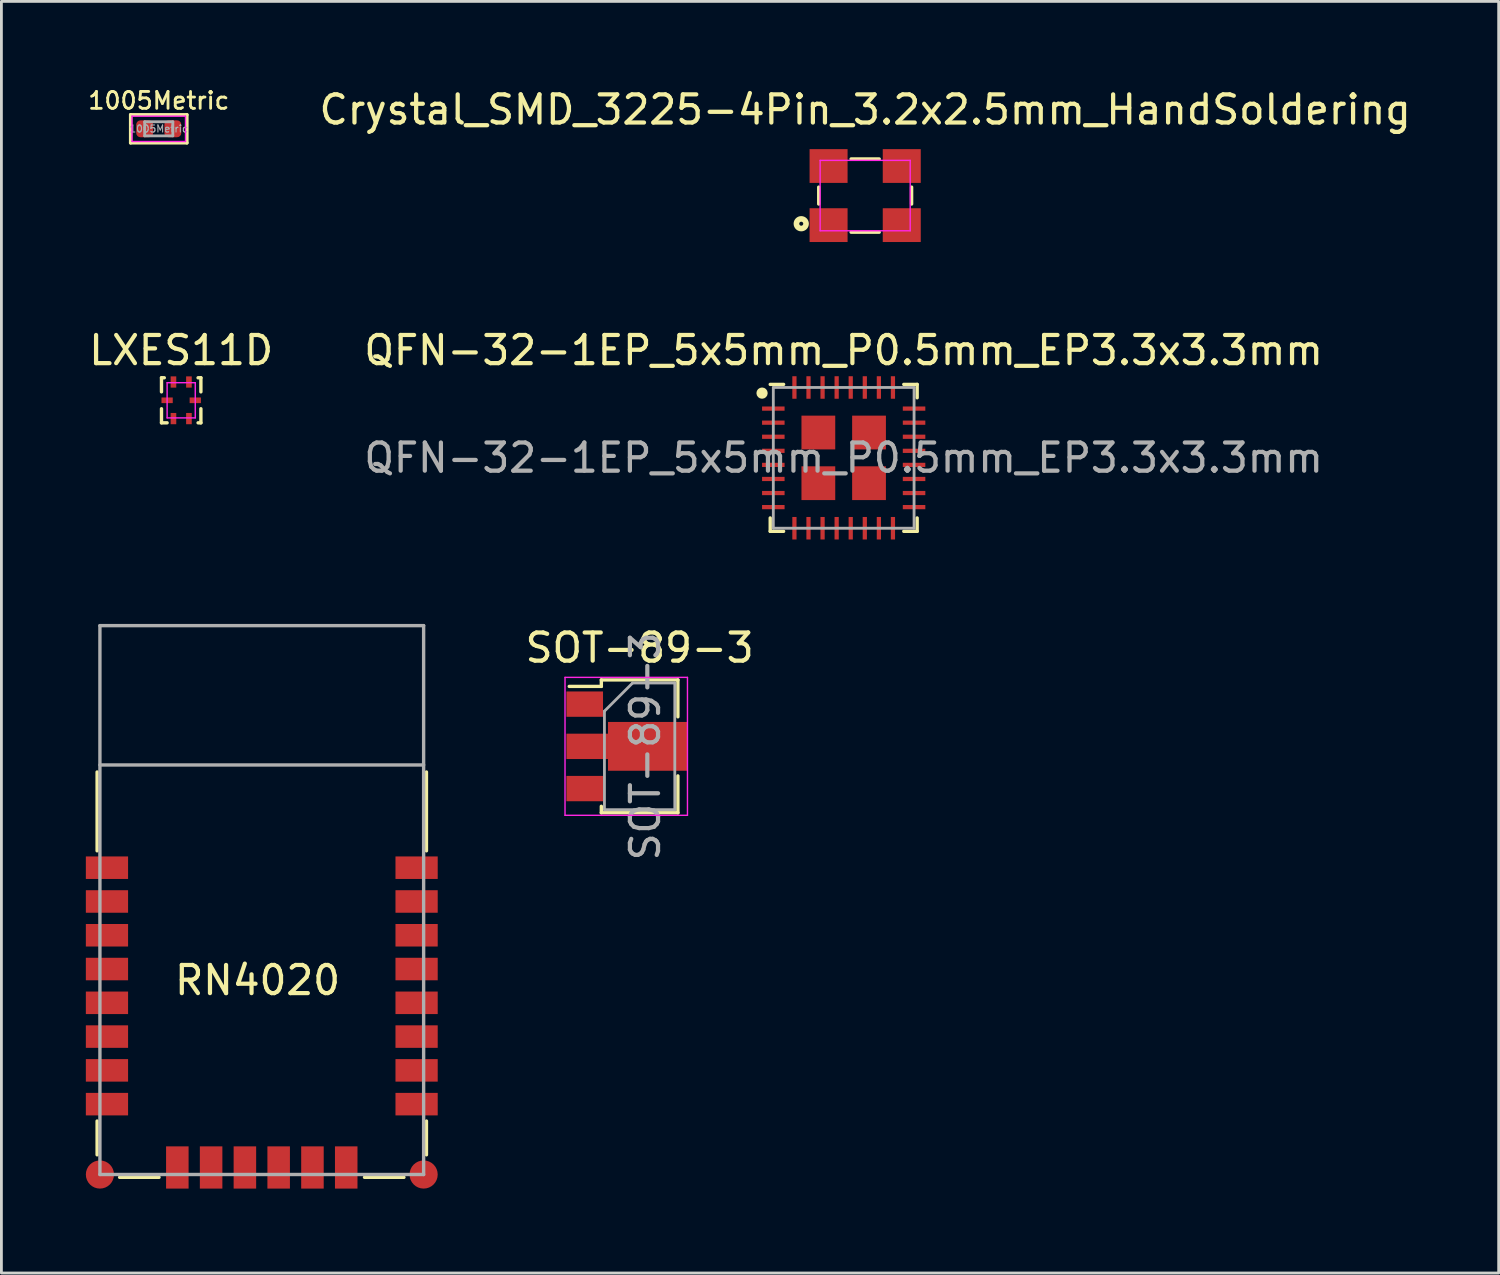
<source format=kicad_pcb>
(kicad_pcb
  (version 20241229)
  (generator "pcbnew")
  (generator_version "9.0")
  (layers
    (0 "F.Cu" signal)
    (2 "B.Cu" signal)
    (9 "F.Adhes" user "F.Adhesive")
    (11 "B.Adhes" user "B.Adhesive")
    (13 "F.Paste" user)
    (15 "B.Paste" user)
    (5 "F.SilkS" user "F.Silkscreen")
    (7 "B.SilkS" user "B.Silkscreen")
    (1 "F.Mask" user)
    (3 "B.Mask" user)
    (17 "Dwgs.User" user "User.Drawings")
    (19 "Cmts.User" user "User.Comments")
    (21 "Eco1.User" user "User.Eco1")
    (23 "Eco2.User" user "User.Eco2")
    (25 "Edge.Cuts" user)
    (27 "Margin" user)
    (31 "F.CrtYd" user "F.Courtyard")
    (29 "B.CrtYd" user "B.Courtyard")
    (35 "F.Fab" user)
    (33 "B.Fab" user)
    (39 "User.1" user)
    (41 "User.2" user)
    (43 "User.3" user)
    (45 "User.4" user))
  (footprint "Crystal_SMD_3225-4Pin_3.2x2.5mm_HandSoldering"
    (layer "F.Cu")
    (at 27.686 3.898)
    (property "Reference" "Crystal_SMD_3225-4Pin_3.2x2.5mm_HandSoldering" (at 0 -3.05 0) (layer "F.SilkS") (effects (font (size 1 1) (thickness 0.15))))
    (attr smd)
    (fp_line (start -1.65 -0.3) (end -1.65 0.3) (stroke (width 0.12) (type solid)) (layer "F.SilkS"))
    (fp_line (start -0.5 1.3) (end 0.5 1.3) (stroke (width 0.12) (type solid)) (layer "F.SilkS"))
    (fp_line (start 0.5 -1.3) (end -0.5 -1.3) (stroke (width 0.12) (type solid)) (layer "F.SilkS"))
    (fp_line (start 1.65 0.3) (end 1.65 -0.3) (stroke (width 0.12) (type solid)) (layer "F.SilkS"))
    (fp_circle (center -2.271 1) (end -2.2 1) (stroke (width 0.2) (type solid)) (fill no) (layer "F.SilkS"))
    (fp_line (start -1.6 -1.25) (end -1.6 1.25) (stroke (width 0.05) (type solid)) (layer "F.CrtYd"))
    (fp_line (start -1.6 1.25) (end 1.6 1.25) (stroke (width 0.05) (type solid)) (layer "F.CrtYd"))
    (fp_line (start 1.6 -1.25) (end -1.6 -1.25) (stroke (width 0.05) (type solid)) (layer "F.CrtYd"))
    (fp_line (start 1.6 1.25) (end 1.6 -1.25) (stroke (width 0.05) (type solid)) (layer "F.CrtYd"))
    (pad "1" smd rect (at -1.3 1.05) (size 1.35 1.2) (layers "F.Cu" "F.Mask" "F.Paste"))
    (pad "2" smd rect (at 1.3 1.05) (size 1.35 1.2) (layers "F.Cu" "F.Mask" "F.Paste"))
    (pad "3" smd rect (at 1.3 -1.05) (size 1.35 1.2) (layers "F.Cu" "F.Mask" "F.Paste"))
    (pad "4" smd rect (at -1.3 -1.05) (size 1.35 1.2) (layers "F.Cu" "F.Mask" "F.Paste")))
  (footprint "RN4020"
    (layer "F.Cu")
    (at 0.5 38.676)
    (property "Reference" "RN4020" (at 5.6 -6.9 0) (layer "F.SilkS") (effects (font (size 1 1) (thickness 0.15))))
    (attr through_hole)
    (fp_line (start -0.1 -11.5) (end -0.1 -14.3) (stroke (width 0.12) (type solid)) (layer "F.SilkS"))
    (fp_line (start -0.1 -1.9) (end -0.1 -0.7) (stroke (width 0.12) (type solid)) (layer "F.SilkS"))
    (fp_line (start 0.7 0.1) (end 2.1 0.1) (stroke (width 0.12) (type solid)) (layer "F.SilkS"))
    (fp_line (start 10.8 0.1) (end 9.4 0.1) (stroke (width 0.12) (type solid)) (layer "F.SilkS"))
    (fp_line (start 11.6 -14.3) (end 11.6 -11.5) (stroke (width 0.12) (type solid)) (layer "F.SilkS"))
    (fp_line (start 11.6 -1.9) (end 11.6 -0.7) (stroke (width 0.12) (type solid)) (layer "F.SilkS"))
    (fp_line (start 0 -19.5) (end 11.5 -19.5) (stroke (width 0.12) (type solid)) (layer "F.Fab"))
    (fp_line (start 0 -14.55) (end 11.5 -14.55) (stroke (width 0.12) (type solid)) (layer "F.Fab"))
    (fp_line (start 0 0) (end 0 -19.5) (stroke (width 0.12) (type solid)) (layer "F.Fab"))
    (fp_line (start 11.5 -19.5) (end 11.5 0) (stroke (width 0.12) (type solid)) (layer "F.Fab"))
    (fp_line (start 11.5 0) (end 0 0) (stroke (width 0.12) (type solid)) (layer "F.Fab"))
    (pad "1" smd rect (at 0.25 -10.9) (size 1.5 0.8) (layers "F.Cu" "F.Mask" "F.Paste"))
    (pad "2" smd rect (at 0.25 -9.7) (size 1.5 0.8) (layers "F.Cu" "F.Mask" "F.Paste"))
    (pad "3" smd rect (at 0.25 -8.5) (size 1.5 0.8) (layers "F.Cu" "F.Mask" "F.Paste"))
    (pad "4" smd rect (at 0.25 -7.3) (size 1.5 0.8) (layers "F.Cu" "F.Mask" "F.Paste"))
    (pad "5" smd rect (at 0.25 -6.1) (size 1.5 0.8) (layers "F.Cu" "F.Mask" "F.Paste"))
    (pad "6" smd rect (at 0.25 -4.9) (size 1.5 0.8) (layers "F.Cu" "F.Mask" "F.Paste"))
    (pad "7" smd rect (at 0.25 -3.7) (size 1.5 0.8) (layers "F.Cu" "F.Mask" "F.Paste"))
    (pad "8" smd rect (at 0.25 -2.5) (size 1.5 0.8) (layers "F.Cu" "F.Mask" "F.Paste"))
    (pad "9" smd circle (at 0 0) (size 1 1) (layers "F.Cu" "F.Mask" "F.Paste"))
    (pad "10" smd rect (at 2.75 -0.25) (size 0.8 1.5) (layers "F.Cu" "F.Mask" "F.Paste"))
    (pad "11" smd rect (at 3.95 -0.25) (size 0.8 1.5) (layers "F.Cu" "F.Mask" "F.Paste"))
    (pad "12" smd rect (at 5.15 -0.25) (size 0.8 1.5) (layers "F.Cu" "F.Mask" "F.Paste"))
    (pad "13" smd rect (at 6.35 -0.25) (size 0.8 1.5) (layers "F.Cu" "F.Mask" "F.Paste"))
    (pad "14" smd rect (at 7.55 -0.25) (size 0.8 1.5) (layers "F.Cu" "F.Mask" "F.Paste"))
    (pad "15" smd rect (at 8.75 -0.25) (size 0.8 1.5) (layers "F.Cu" "F.Mask" "F.Paste"))
    (pad "16" smd circle (at 11.5 0) (size 1 1) (layers "F.Cu" "F.Mask" "F.Paste"))
    (pad "17" smd rect (at 11.25 -2.5) (size 1.5 0.8) (layers "F.Cu" "F.Mask" "F.Paste"))
    (pad "18" smd rect (at 11.25 -3.7) (size 1.5 0.8) (layers "F.Cu" "F.Mask" "F.Paste"))
    (pad "19" smd rect (at 11.25 -4.9) (size 1.5 0.8) (layers "F.Cu" "F.Mask" "F.Paste"))
    (pad "20" smd rect (at 11.25 -6.1) (size 1.5 0.8) (layers "F.Cu" "F.Mask" "F.Paste"))
    (pad "21" smd rect (at 11.25 -7.3) (size 1.5 0.8) (layers "F.Cu" "F.Mask" "F.Paste"))
    (pad "22" smd rect (at 11.25 -8.5) (size 1.5 0.8) (layers "F.Cu" "F.Mask" "F.Paste"))
    (pad "23" smd rect (at 11.25 -9.7) (size 1.5 0.8) (layers "F.Cu" "F.Mask" "F.Paste"))
    (pad "24" smd rect (at 11.25 -10.9) (size 1.5 0.8) (layers "F.Cu" "F.Mask" "F.Paste")))
  (footprint "SOT-89-3"
    (layer "F.Cu")
    (at 19.373 23.465)
    (property "Reference" "SOT-89-3" (at 0.3 -3.5 0) (layer "F.SilkS") (effects (font (size 1 1) (thickness 0.15))))
    (attr smd)
    (fp_line (start -2.2 -2.13) (end -1.06 -2.13) (stroke (width 0.12) (type solid)) (layer "F.SilkS"))
    (fp_line (start -1.06 -2.36) (end -1.06 -2.13) (stroke (width 0.12) (type solid)) (layer "F.SilkS"))
    (fp_line (start -1.06 -2.36) (end 1.66 -2.36) (stroke (width 0.12) (type solid)) (layer "F.SilkS"))
    (fp_line (start -1.06 2.36) (end -1.06 2.13) (stroke (width 0.12) (type solid)) (layer "F.SilkS"))
    (fp_line (start 1.66 -2.36) (end 1.66 -1.05) (stroke (width 0.12) (type solid)) (layer "F.SilkS"))
    (fp_line (start 1.66 1.05) (end 1.66 2.36) (stroke (width 0.12) (type solid)) (layer "F.SilkS"))
    (fp_line (start 1.66 2.36) (end -1.06 2.36) (stroke (width 0.12) (type solid)) (layer "F.SilkS"))
    (fp_line (start -2.35 2.45) (end -2.35 -2.45) (stroke (width 0.05) (type solid)) (layer "F.CrtYd"))
    (fp_line (start -2.35 2.45) (end 2 2.45) (stroke (width 0.05) (type solid)) (layer "F.CrtYd"))
    (fp_line (start 2 -2.45) (end -2.35 -2.45) (stroke (width 0.05) (type solid)) (layer "F.CrtYd"))
    (fp_line (start 2 -2.45) (end 2 2.45) (stroke (width 0.05) (type solid)) (layer "F.CrtYd"))
    (fp_line (start -0.95 -1.25) (end 0.05 -2.25) (stroke (width 0.1) (type solid)) (layer "F.Fab"))
    (fp_line (start -0.95 2.25) (end -0.95 -1.25) (stroke (width 0.1) (type solid)) (layer "F.Fab"))
    (fp_line (start 0.05 -2.25) (end 1.55 -2.25) (stroke (width 0.1) (type solid)) (layer "F.Fab"))
    (fp_line (start 1.55 -2.25) (end 1.55 2.25) (stroke (width 0.1) (type solid)) (layer "F.Fab"))
    (fp_line (start 1.55 2.25) (end -0.95 2.25) (stroke (width 0.1) (type solid)) (layer "F.Fab"))
    (fp_text user "${REFERENCE}" (at 0.5 0 90) (layer "F.Fab") (effects (font (size 1 1) (thickness 0.15))))
    (pad "1" smd rect (at -1.65 -1.5) (size 1.3 0.9) (layers "F.Cu" "F.Mask" "F.Paste"))
    (pad "2" smd custom (at -1.562 0) (size 1.475 0.9) (layers "F.Cu" "F.Mask" "F.Paste") (options (anchor rect)) (primitives (gr_poly (pts (xy 0.738 -0.867) (xy 3.562 -0.867) (xy 3.562 0.867) (xy 0.738 0.867)) (width 0) (fill yes))))
    (pad "3" smd rect (at -1.65 1.5) (size 1.3 0.9) (layers "F.Cu" "F.Mask" "F.Paste")))
  (footprint "QFN-32-1EP_5x5mm_P0.5mm_EP3.3x3.3mm"
    (layer "F.Cu")
    (at 26.923 13.216)
    (property "Reference" "QFN-32-1EP_5x5mm_P0.5mm_EP3.3x3.3mm" (at 0 -3.82 0) (layer "F.SilkS") (effects (font (size 1 1) (thickness 0.15))))
    (attr smd)
    (fp_line (start -2.61 2.61) (end -2.61 2.135) (stroke (width 0.12) (type solid)) (layer "F.SilkS"))
    (fp_line (start -2.135 -2.61) (end -2.61 -2.61) (stroke (width 0.12) (type solid)) (layer "F.SilkS"))
    (fp_line (start -2.135 2.61) (end -2.61 2.61) (stroke (width 0.12) (type solid)) (layer "F.SilkS"))
    (fp_line (start 2.135 -2.61) (end 2.61 -2.61) (stroke (width 0.12) (type solid)) (layer "F.SilkS"))
    (fp_line (start 2.135 2.61) (end 2.61 2.61) (stroke (width 0.12) (type solid)) (layer "F.SilkS"))
    (fp_line (start 2.61 -2.61) (end 2.61 -2.135) (stroke (width 0.12) (type solid)) (layer "F.SilkS"))
    (fp_line (start 2.61 2.61) (end 2.61 2.135) (stroke (width 0.12) (type solid)) (layer "F.SilkS"))
    (fp_circle (center -2.9 -2.3) (end -2.8 -2.3) (stroke (width 0.2) (type solid)) (fill no) (layer "F.SilkS"))
    (fp_line (start -2.5 -2.5) (end 2.5 -2.5) (stroke (width 0.1) (type solid)) (layer "F.Fab"))
    (fp_line (start -2.5 2.5) (end -2.5 -2.5) (stroke (width 0.1) (type solid)) (layer "F.Fab"))
    (fp_line (start 2.5 -2.5) (end 2.5 2.5) (stroke (width 0.1) (type solid)) (layer "F.Fab"))
    (fp_line (start 2.5 2.5) (end -2.5 2.5) (stroke (width 0.1) (type solid)) (layer "F.Fab"))
    (fp_text user "${REFERENCE}" (at 0 0 0) (layer "F.Fab") (effects (font (size 1 1) (thickness 0.15))))
    (pad "" smd roundrect (at -0.9 -0.9) (size 0.89 0.89) (layers "F.Paste") (roundrect_rratio 0.25))
    (pad "" smd roundrect (at -0.9 0.9) (size 0.89 0.89) (layers "F.Paste") (roundrect_rratio 0.25))
    (pad "" smd roundrect (at 0.9 -0.9) (size 0.89 0.89) (layers "F.Paste") (roundrect_rratio 0.25))
    (pad "" smd roundrect (at 0.9 0.9) (size 0.89 0.89) (layers "F.Paste") (roundrect_rratio 0.25))
    (pad "1" smd rect (at -2.5 -1.75) (size 0.8 0.15) (layers "F.Cu" "F.Mask" "F.Paste"))
    (pad "2" smd rect (at -2.5 -1.25) (size 0.8 0.15) (layers "F.Cu" "F.Mask" "F.Paste"))
    (pad "3" smd rect (at -2.5 -0.75) (size 0.8 0.15) (layers "F.Cu" "F.Mask" "F.Paste"))
    (pad "4" smd rect (at -2.5 -0.25) (size 0.8 0.15) (layers "F.Cu" "F.Mask" "F.Paste"))
    (pad "5" smd rect (at -2.5 0.25) (size 0.8 0.15) (layers "F.Cu" "F.Mask" "F.Paste"))
    (pad "6" smd rect (at -2.5 0.75) (size 0.8 0.15) (layers "F.Cu" "F.Mask" "F.Paste"))
    (pad "7" smd rect (at -2.5 1.25) (size 0.8 0.15) (layers "F.Cu" "F.Mask" "F.Paste"))
    (pad "8" smd rect (at -2.5 1.75) (size 0.8 0.15) (layers "F.Cu" "F.Mask" "F.Paste"))
    (pad "9" smd rect (at -1.75 2.5) (size 0.15 0.8) (layers "F.Cu" "F.Mask" "F.Paste"))
    (pad "10" smd rect (at -1.25 2.5) (size 0.15 0.8) (layers "F.Cu" "F.Mask" "F.Paste"))
    (pad "11" smd rect (at -0.75 2.5) (size 0.15 0.8) (layers "F.Cu" "F.Mask" "F.Paste"))
    (pad "12" smd rect (at -0.25 2.5) (size 0.15 0.8) (layers "F.Cu" "F.Mask" "F.Paste"))
    (pad "13" smd rect (at 0.25 2.5) (size 0.15 0.8) (layers "F.Cu" "F.Mask" "F.Paste"))
    (pad "14" smd rect (at 0.75 2.5) (size 0.15 0.8) (layers "F.Cu" "F.Mask" "F.Paste"))
    (pad "15" smd rect (at 1.25 2.5) (size 0.15 0.8) (layers "F.Cu" "F.Mask" "F.Paste"))
    (pad "16" smd rect (at 1.75 2.5) (size 0.15 0.8) (layers "F.Cu" "F.Mask" "F.Paste"))
    (pad "17" smd rect (at 2.5 1.75) (size 0.8 0.15) (layers "F.Cu" "F.Mask" "F.Paste"))
    (pad "18" smd rect (at 2.5 1.25) (size 0.8 0.15) (layers "F.Cu" "F.Mask" "F.Paste"))
    (pad "19" smd rect (at 2.5 0.75) (size 0.8 0.15) (layers "F.Cu" "F.Mask" "F.Paste"))
    (pad "20" smd rect (at 2.5 0.25) (size 0.8 0.15) (layers "F.Cu" "F.Mask" "F.Paste"))
    (pad "21" smd rect (at 2.5 -0.25) (size 0.8 0.15) (layers "F.Cu" "F.Mask" "F.Paste"))
    (pad "22" smd rect (at 2.5 -0.75) (size 0.8 0.15) (layers "F.Cu" "F.Mask" "F.Paste"))
    (pad "23" smd rect (at 2.5 -1.25) (size 0.8 0.15) (layers "F.Cu" "F.Mask" "F.Paste"))
    (pad "24" smd rect (at 2.5 -1.75) (size 0.8 0.15) (layers "F.Cu" "F.Mask" "F.Paste"))
    (pad "25" smd rect (at 1.75 -2.5) (size 0.15 0.8) (layers "F.Cu" "F.Mask" "F.Paste"))
    (pad "26" smd rect (at 1.25 -2.5) (size 0.15 0.8) (layers "F.Cu" "F.Mask" "F.Paste"))
    (pad "27" smd rect (at 0.75 -2.5) (size 0.15 0.8) (layers "F.Cu" "F.Mask" "F.Paste"))
    (pad "28" smd rect (at 0.25 -2.5) (size 0.15 0.8) (layers "F.Cu" "F.Mask" "F.Paste"))
    (pad "29" smd rect (at -0.25 -2.5) (size 0.15 0.8) (layers "F.Cu" "F.Mask" "F.Paste"))
    (pad "30" smd rect (at -0.75 -2.5) (size 0.15 0.8) (layers "F.Cu" "F.Mask" "F.Paste"))
    (pad "31" smd rect (at -1.25 -2.5) (size 0.15 0.8) (layers "F.Cu" "F.Mask" "F.Paste"))
    (pad "32" smd rect (at -1.75 -2.5) (size 0.15 0.8) (layers "F.Cu" "F.Mask" "F.Paste"))
    (pad "32" smd rect (at -0.9 -0.9) (size 1.2 1.2) (layers "F.Cu" "F.Mask"))
    (pad "32" smd rect (at -0.9 0.9) (size 1.2 1.2) (layers "F.Cu" "F.Mask"))
    (pad "32" smd rect (at 0.9 -0.9) (size 1.2 1.2) (layers "F.Cu" "F.Mask"))
    (pad "32" smd rect (at 0.9 0.9) (size 1.2 1.2) (layers "F.Cu" "F.Mask")))
  (footprint "LXES11D"
    (layer "F.Cu")
    (at 3.387 11.171)
    (property "Reference" "LXES11D" (at 0 -1.775 0) (layer "F.SilkS") (effects (font (size 1 1) (thickness 0.15))))
    (attr through_hole)
    (fp_line (start -0.7 -0.8) (end -0.6 -0.8) (stroke (width 0.12) (type solid)) (layer "F.SilkS"))
    (fp_line (start -0.7 -0.3) (end -0.7 -0.8) (stroke (width 0.12) (type solid)) (layer "F.SilkS"))
    (fp_line (start -0.7 0.8) (end -0.7 0.3) (stroke (width 0.12) (type solid)) (layer "F.SilkS"))
    (fp_line (start -0.5 0.8) (end -0.7 0.8) (stroke (width 0.12) (type solid)) (layer "F.SilkS"))
    (fp_line (start 0.6 -0.8) (end 0.7 -0.8) (stroke (width 0.12) (type solid)) (layer "F.SilkS"))
    (fp_line (start 0.7 -0.8) (end 0.7 -0.3) (stroke (width 0.12) (type solid)) (layer "F.SilkS"))
    (fp_line (start 0.7 0.3) (end 0.7 0.8) (stroke (width 0.12) (type solid)) (layer "F.SilkS"))
    (fp_line (start 0.7 0.8) (end 0.6 0.8) (stroke (width 0.12) (type solid)) (layer "F.SilkS"))
    (fp_line (start -0.5 -0.625) (end 0.5 -0.625) (stroke (width 0.05) (type solid)) (layer "F.CrtYd"))
    (fp_line (start -0.5 0.625) (end -0.5 -0.625) (stroke (width 0.05) (type solid)) (layer "F.CrtYd"))
    (fp_line (start 0.5 -0.625) (end 0.5 0.625) (stroke (width 0.05) (type solid)) (layer "F.CrtYd"))
    (fp_line (start 0.5 0.625) (end -0.5 0.625) (stroke (width 0.05) (type solid)) (layer "F.CrtYd"))
    (pad "1" smd rect (at -0.275 -0.65) (size 0.2 0.4) (layers "F.Cu" "F.Mask" "F.Paste"))
    (pad "2" smd rect (at 0.275 -0.65) (size 0.2 0.4) (layers "F.Cu" "F.Mask" "F.Paste"))
    (pad "3" smd rect (at 0.5 0) (size 0.4 0.2) (layers "F.Cu" "F.Mask" "F.Paste"))
    (pad "4" smd rect (at 0.275 0.65) (size 0.2 0.4) (layers "F.Cu" "F.Mask" "F.Paste"))
    (pad "5" smd rect (at -0.275 0.65) (size 0.2 0.4) (layers "F.Cu" "F.Mask" "F.Paste"))
    (pad "6" smd rect (at -0.5 0) (size 0.4 0.2) (layers "F.Cu" "F.Mask" "F.Paste")))
  (footprint "1005Metric"
    (layer "F.Cu")
    (at 2.59 1.526)
    (property "Reference" "1005Metric" (at 0 -1 0) (layer "F.SilkS") (effects (font (size 0.6 0.6) (thickness 0.1))))
    (attr smd)
    (fp_line (start -1 -0.5) (end 1 -0.5) (stroke (width 0.12) (type solid)) (layer "F.SilkS"))
    (fp_line (start -1 0.5) (end -1 -0.5) (stroke (width 0.12) (type solid)) (layer "F.SilkS"))
    (fp_line (start -1 0.5) (end 1 0.5) (stroke (width 0.12) (type solid)) (layer "F.SilkS"))
    (fp_line (start 1 0.5) (end 1 -0.5) (stroke (width 0.12) (type solid)) (layer "F.SilkS"))
    (fp_line (start -0.95 -0.45) (end 0.95 -0.45) (stroke (width 0.05) (type solid)) (layer "F.CrtYd"))
    (fp_line (start -0.95 0.45) (end -0.95 -0.45) (stroke (width 0.05) (type solid)) (layer "F.CrtYd"))
    (fp_line (start 0.95 -0.45) (end 0.95 0.45) (stroke (width 0.05) (type solid)) (layer "F.CrtYd"))
    (fp_line (start 0.95 0.45) (end -0.95 0.45) (stroke (width 0.05) (type solid)) (layer "F.CrtYd"))
    (fp_line (start -0.5 -0.25) (end 0.5 -0.25) (stroke (width 0.1) (type solid)) (layer "F.Fab"))
    (fp_line (start -0.5 0.25) (end -0.5 -0.25) (stroke (width 0.1) (type solid)) (layer "F.Fab"))
    (fp_line (start 0.5 -0.25) (end 0.5 0.25) (stroke (width 0.1) (type solid)) (layer "F.Fab"))
    (fp_line (start 0.5 0.25) (end -0.5 0.25) (stroke (width 0.1) (type solid)) (layer "F.Fab"))
    (fp_text user "${REFERENCE}" (at 0 0 0) (layer "F.Fab") (effects (font (size 0.25 0.25) (thickness 0.04))))
    (pad "1" smd roundrect (at -0.5 0) (size 0.6 0.6) (layers "F.Cu" "F.Mask" "F.Paste") (roundrect_rratio 0.25))
    (pad "2" smd roundrect (at 0.5 0) (size 0.6 0.6) (layers "F.Cu" "F.Mask" "F.Paste") (roundrect_rratio 0.25)))
  (gr_rect
    (start -3 -3)
    (end 50.192 42.176)
    (stroke (width 0.1) (type default))
    (fill no)
    (layer "Edge.Cuts")))
</source>
